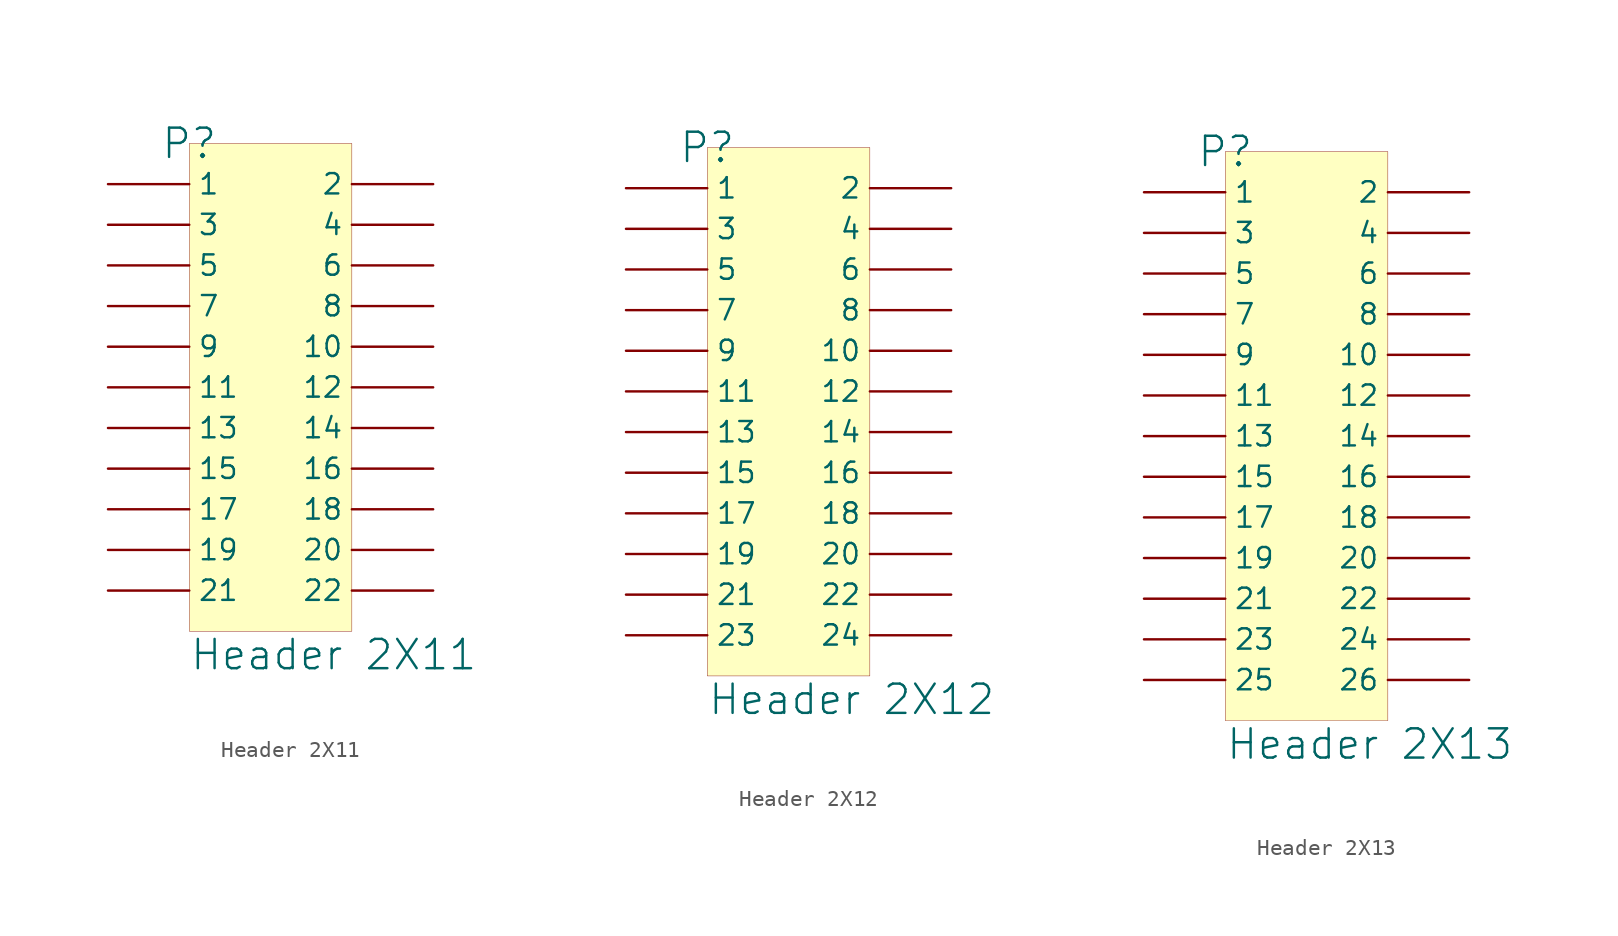
<source format=kicad_sym>
(kicad_symbol_lib
  (version 20241209)
  (generator "kicad_symbol_editor")
  (generator_version "9.0")
  (symbol "Header 2X11"
    (pin_numbers
      (hide yes))
    (property "Reference" "P"
      (at 0 0 0)
      (effects (font (size 1.829 1.829))))
    (property "Value" "Header 2X11"
      (at 0 -33.02 0)
      (effects (font (size 1.829 1.829)) (justify left bottom)))
    (symbol "Header 2X11_1_0"
      (rectangle (start 10.16 0) (end 0 -30.48) (stroke (width 0.025) (type solid) (color 128 0 0 1)) (fill (type background)))
      (pin passive line (at -5.08 -2.54 0) (length 5.08) (name "1" (effects (font (size 1.27 1.27)))) (number "1" (effects (font (size 1.27 1.27)))))
      (pin passive line (at -5.08 -5.08 0) (length 5.08) (name "3" (effects (font (size 1.27 1.27)))) (number "3" (effects (font (size 1.27 1.27)))))
      (pin passive line (at -5.08 -7.62 0) (length 5.08) (name "5" (effects (font (size 1.27 1.27)))) (number "5" (effects (font (size 1.27 1.27)))))
      (pin passive line (at -5.08 -10.16 0) (length 5.08) (name "7" (effects (font (size 1.27 1.27)))) (number "7" (effects (font (size 1.27 1.27)))))
      (pin passive line (at -5.08 -12.7 0) (length 5.08) (name "9" (effects (font (size 1.27 1.27)))) (number "9" (effects (font (size 1.27 1.27)))))
      (pin passive line (at -5.08 -15.24 0) (length 5.08) (name "11" (effects (font (size 1.27 1.27)))) (number "11" (effects (font (size 1.27 1.27)))))
      (pin passive line (at -5.08 -17.78 0) (length 5.08) (name "13" (effects (font (size 1.27 1.27)))) (number "13" (effects (font (size 1.27 1.27)))))
      (pin passive line (at -5.08 -20.32 0) (length 5.08) (name "15" (effects (font (size 1.27 1.27)))) (number "15" (effects (font (size 1.27 1.27)))))
      (pin passive line (at -5.08 -22.86 0) (length 5.08) (name "17" (effects (font (size 1.27 1.27)))) (number "17" (effects (font (size 1.27 1.27)))))
      (pin passive line (at -5.08 -25.4 0) (length 5.08) (name "19" (effects (font (size 1.27 1.27)))) (number "19" (effects (font (size 1.27 1.27)))))
      (pin passive line (at -5.08 -27.94 0) (length 5.08) (name "21" (effects (font (size 1.27 1.27)))) (number "21" (effects (font (size 1.27 1.27)))))
      (pin passive line (at 15.24 -2.54 180) (length 5.08) (name "2" (effects (font (size 1.27 1.27)))) (number "2" (effects (font (size 1.27 1.27)))))
      (pin passive line (at 15.24 -5.08 180) (length 5.08) (name "4" (effects (font (size 1.27 1.27)))) (number "4" (effects (font (size 1.27 1.27)))))
      (pin passive line (at 15.24 -7.62 180) (length 5.08) (name "6" (effects (font (size 1.27 1.27)))) (number "6" (effects (font (size 1.27 1.27)))))
      (pin passive line (at 15.24 -10.16 180) (length 5.08) (name "8" (effects (font (size 1.27 1.27)))) (number "8" (effects (font (size 1.27 1.27)))))
      (pin passive line (at 15.24 -12.7 180) (length 5.08) (name "10" (effects (font (size 1.27 1.27)))) (number "10" (effects (font (size 1.27 1.27)))))
      (pin passive line (at 15.24 -15.24 180) (length 5.08) (name "12" (effects (font (size 1.27 1.27)))) (number "12" (effects (font (size 1.27 1.27)))))
      (pin passive line (at 15.24 -17.78 180) (length 5.08) (name "14" (effects (font (size 1.27 1.27)))) (number "14" (effects (font (size 1.27 1.27)))))
      (pin passive line (at 15.24 -20.32 180) (length 5.08) (name "16" (effects (font (size 1.27 1.27)))) (number "16" (effects (font (size 1.27 1.27)))))
      (pin passive line (at 15.24 -22.86 180) (length 5.08) (name "18" (effects (font (size 1.27 1.27)))) (number "18" (effects (font (size 1.27 1.27)))))
      (pin passive line (at 15.24 -25.4 180) (length 5.08) (name "20" (effects (font (size 1.27 1.27)))) (number "20" (effects (font (size 1.27 1.27)))))
      (pin passive line (at 15.24 -27.94 180) (length 5.08) (name "22" (effects (font (size 1.27 1.27)))) (number "22" (effects (font (size 1.27 1.27)))))))
  (symbol "Header 2X12"
    (pin_numbers
      (hide yes))
    (property "Reference" "P"
      (at 0 0 0)
      (effects (font (size 1.829 1.829))))
    (property "Value" "Header 2X12"
      (at 0 -35.56 0)
      (effects (font (size 1.829 1.829)) (justify left bottom)))
    (symbol "Header 2X12_1_0"
      (rectangle (start 10.16 0) (end 0 -33.02) (stroke (width 0.025) (type solid) (color 128 0 0 1)) (fill (type background)))
      (pin passive line (at -5.08 -2.54 0) (length 5.08) (name "1" (effects (font (size 1.27 1.27)))) (number "1" (effects (font (size 1.27 1.27)))))
      (pin passive line (at -5.08 -5.08 0) (length 5.08) (name "3" (effects (font (size 1.27 1.27)))) (number "3" (effects (font (size 1.27 1.27)))))
      (pin passive line (at -5.08 -7.62 0) (length 5.08) (name "5" (effects (font (size 1.27 1.27)))) (number "5" (effects (font (size 1.27 1.27)))))
      (pin passive line (at -5.08 -10.16 0) (length 5.08) (name "7" (effects (font (size 1.27 1.27)))) (number "7" (effects (font (size 1.27 1.27)))))
      (pin passive line (at -5.08 -12.7 0) (length 5.08) (name "9" (effects (font (size 1.27 1.27)))) (number "9" (effects (font (size 1.27 1.27)))))
      (pin passive line (at -5.08 -15.24 0) (length 5.08) (name "11" (effects (font (size 1.27 1.27)))) (number "11" (effects (font (size 1.27 1.27)))))
      (pin passive line (at -5.08 -17.78 0) (length 5.08) (name "13" (effects (font (size 1.27 1.27)))) (number "13" (effects (font (size 1.27 1.27)))))
      (pin passive line (at -5.08 -20.32 0) (length 5.08) (name "15" (effects (font (size 1.27 1.27)))) (number "15" (effects (font (size 1.27 1.27)))))
      (pin passive line (at -5.08 -22.86 0) (length 5.08) (name "17" (effects (font (size 1.27 1.27)))) (number "17" (effects (font (size 1.27 1.27)))))
      (pin passive line (at -5.08 -25.4 0) (length 5.08) (name "19" (effects (font (size 1.27 1.27)))) (number "19" (effects (font (size 1.27 1.27)))))
      (pin passive line (at -5.08 -27.94 0) (length 5.08) (name "21" (effects (font (size 1.27 1.27)))) (number "21" (effects (font (size 1.27 1.27)))))
      (pin passive line (at -5.08 -30.48 0) (length 5.08) (name "23" (effects (font (size 1.27 1.27)))) (number "23" (effects (font (size 1.27 1.27)))))
      (pin passive line (at 15.24 -2.54 180) (length 5.08) (name "2" (effects (font (size 1.27 1.27)))) (number "2" (effects (font (size 1.27 1.27)))))
      (pin passive line (at 15.24 -5.08 180) (length 5.08) (name "4" (effects (font (size 1.27 1.27)))) (number "4" (effects (font (size 1.27 1.27)))))
      (pin passive line (at 15.24 -7.62 180) (length 5.08) (name "6" (effects (font (size 1.27 1.27)))) (number "6" (effects (font (size 1.27 1.27)))))
      (pin passive line (at 15.24 -10.16 180) (length 5.08) (name "8" (effects (font (size 1.27 1.27)))) (number "8" (effects (font (size 1.27 1.27)))))
      (pin passive line (at 15.24 -12.7 180) (length 5.08) (name "10" (effects (font (size 1.27 1.27)))) (number "10" (effects (font (size 1.27 1.27)))))
      (pin passive line (at 15.24 -15.24 180) (length 5.08) (name "12" (effects (font (size 1.27 1.27)))) (number "12" (effects (font (size 1.27 1.27)))))
      (pin passive line (at 15.24 -17.78 180) (length 5.08) (name "14" (effects (font (size 1.27 1.27)))) (number "14" (effects (font (size 1.27 1.27)))))
      (pin passive line (at 15.24 -20.32 180) (length 5.08) (name "16" (effects (font (size 1.27 1.27)))) (number "16" (effects (font (size 1.27 1.27)))))
      (pin passive line (at 15.24 -22.86 180) (length 5.08) (name "18" (effects (font (size 1.27 1.27)))) (number "18" (effects (font (size 1.27 1.27)))))
      (pin passive line (at 15.24 -25.4 180) (length 5.08) (name "20" (effects (font (size 1.27 1.27)))) (number "20" (effects (font (size 1.27 1.27)))))
      (pin passive line (at 15.24 -27.94 180) (length 5.08) (name "22" (effects (font (size 1.27 1.27)))) (number "22" (effects (font (size 1.27 1.27)))))
      (pin passive line (at 15.24 -30.48 180) (length 5.08) (name "24" (effects (font (size 1.27 1.27)))) (number "24" (effects (font (size 1.27 1.27)))))))
  (symbol "Header 2X13"
    (pin_numbers
      (hide yes))
    (property "Reference" "P"
      (at 0 0 0)
      (effects (font (size 1.829 1.829))))
    (property "Value" "Header 2X13"
      (at 0 -38.1 0)
      (effects (font (size 1.829 1.829)) (justify left bottom)))
    (symbol "Header 2X13_1_0"
      (rectangle (start 10.16 0) (end 0 -35.56) (stroke (width 0.025) (type solid) (color 128 0 0 1)) (fill (type background)))
      (pin passive line (at -5.08 -2.54 0) (length 5.08) (name "1" (effects (font (size 1.27 1.27)))) (number "1" (effects (font (size 1.27 1.27)))))
      (pin passive line (at -5.08 -5.08 0) (length 5.08) (name "3" (effects (font (size 1.27 1.27)))) (number "3" (effects (font (size 1.27 1.27)))))
      (pin passive line (at -5.08 -7.62 0) (length 5.08) (name "5" (effects (font (size 1.27 1.27)))) (number "5" (effects (font (size 1.27 1.27)))))
      (pin passive line (at -5.08 -10.16 0) (length 5.08) (name "7" (effects (font (size 1.27 1.27)))) (number "7" (effects (font (size 1.27 1.27)))))
      (pin passive line (at -5.08 -12.7 0) (length 5.08) (name "9" (effects (font (size 1.27 1.27)))) (number "9" (effects (font (size 1.27 1.27)))))
      (pin passive line (at -5.08 -15.24 0) (length 5.08) (name "11" (effects (font (size 1.27 1.27)))) (number "11" (effects (font (size 1.27 1.27)))))
      (pin passive line (at -5.08 -17.78 0) (length 5.08) (name "13" (effects (font (size 1.27 1.27)))) (number "13" (effects (font (size 1.27 1.27)))))
      (pin passive line (at -5.08 -20.32 0) (length 5.08) (name "15" (effects (font (size 1.27 1.27)))) (number "15" (effects (font (size 1.27 1.27)))))
      (pin passive line (at -5.08 -22.86 0) (length 5.08) (name "17" (effects (font (size 1.27 1.27)))) (number "17" (effects (font (size 1.27 1.27)))))
      (pin passive line (at -5.08 -25.4 0) (length 5.08) (name "19" (effects (font (size 1.27 1.27)))) (number "19" (effects (font (size 1.27 1.27)))))
      (pin passive line (at -5.08 -27.94 0) (length 5.08) (name "21" (effects (font (size 1.27 1.27)))) (number "21" (effects (font (size 1.27 1.27)))))
      (pin passive line (at -5.08 -30.48 0) (length 5.08) (name "23" (effects (font (size 1.27 1.27)))) (number "23" (effects (font (size 1.27 1.27)))))
      (pin passive line (at -5.08 -33.02 0) (length 5.08) (name "25" (effects (font (size 1.27 1.27)))) (number "25" (effects (font (size 1.27 1.27)))))
      (pin passive line (at 15.24 -2.54 180) (length 5.08) (name "2" (effects (font (size 1.27 1.27)))) (number "2" (effects (font (size 1.27 1.27)))))
      (pin passive line (at 15.24 -5.08 180) (length 5.08) (name "4" (effects (font (size 1.27 1.27)))) (number "4" (effects (font (size 1.27 1.27)))))
      (pin passive line (at 15.24 -7.62 180) (length 5.08) (name "6" (effects (font (size 1.27 1.27)))) (number "6" (effects (font (size 1.27 1.27)))))
      (pin passive line (at 15.24 -10.16 180) (length 5.08) (name "8" (effects (font (size 1.27 1.27)))) (number "8" (effects (font (size 1.27 1.27)))))
      (pin passive line (at 15.24 -12.7 180) (length 5.08) (name "10" (effects (font (size 1.27 1.27)))) (number "10" (effects (font (size 1.27 1.27)))))
      (pin passive line (at 15.24 -15.24 180) (length 5.08) (name "12" (effects (font (size 1.27 1.27)))) (number "12" (effects (font (size 1.27 1.27)))))
      (pin passive line (at 15.24 -17.78 180) (length 5.08) (name "14" (effects (font (size 1.27 1.27)))) (number "14" (effects (font (size 1.27 1.27)))))
      (pin passive line (at 15.24 -20.32 180) (length 5.08) (name "16" (effects (font (size 1.27 1.27)))) (number "16" (effects (font (size 1.27 1.27)))))
      (pin passive line (at 15.24 -22.86 180) (length 5.08) (name "18" (effects (font (size 1.27 1.27)))) (number "18" (effects (font (size 1.27 1.27)))))
      (pin passive line (at 15.24 -25.4 180) (length 5.08) (name "20" (effects (font (size 1.27 1.27)))) (number "20" (effects (font (size 1.27 1.27)))))
      (pin passive line (at 15.24 -27.94 180) (length 5.08) (name "22" (effects (font (size 1.27 1.27)))) (number "22" (effects (font (size 1.27 1.27)))))
      (pin passive line (at 15.24 -30.48 180) (length 5.08) (name "24" (effects (font (size 1.27 1.27)))) (number "24" (effects (font (size 1.27 1.27)))))
      (pin passive line (at 15.24 -33.02 180) (length 5.08) (name "26" (effects (font (size 1.27 1.27)))) (number "26" (effects (font (size 1.27 1.27))))))))
</source>
